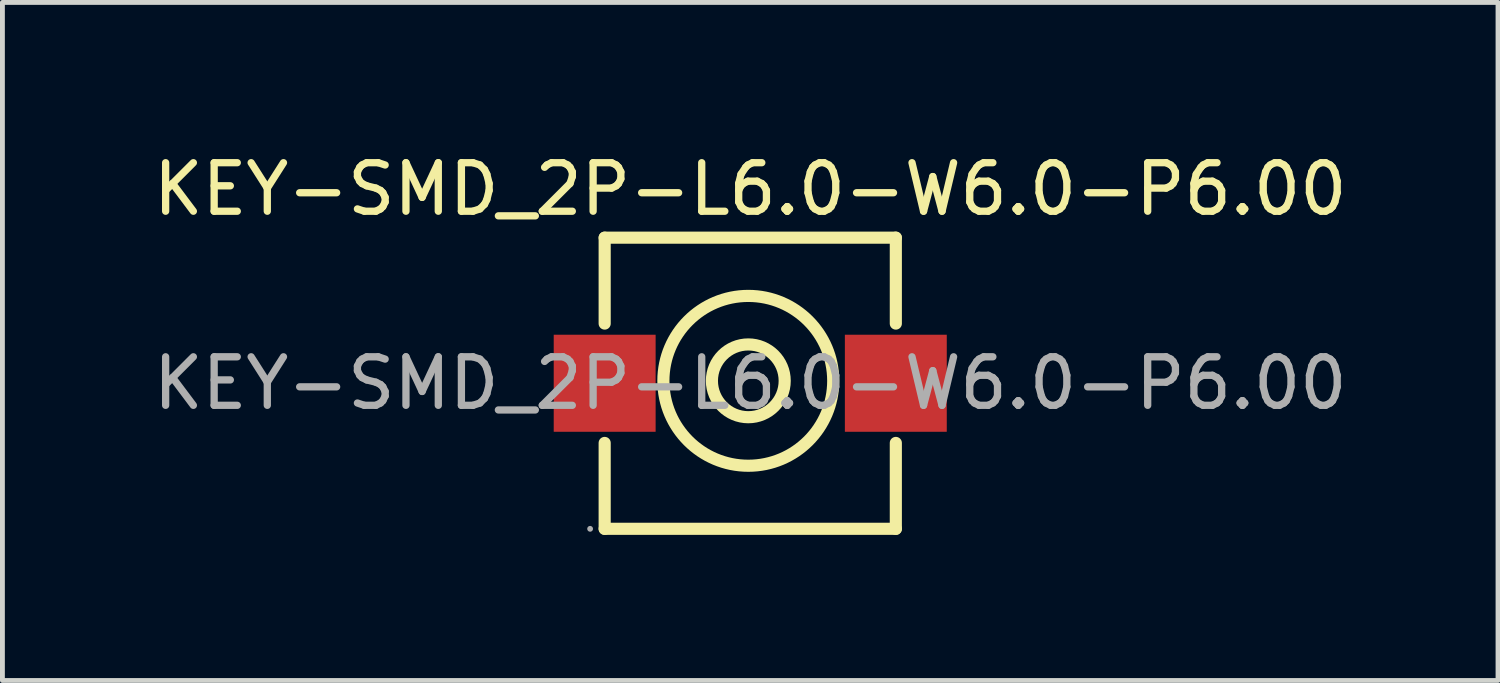
<source format=kicad_pcb>
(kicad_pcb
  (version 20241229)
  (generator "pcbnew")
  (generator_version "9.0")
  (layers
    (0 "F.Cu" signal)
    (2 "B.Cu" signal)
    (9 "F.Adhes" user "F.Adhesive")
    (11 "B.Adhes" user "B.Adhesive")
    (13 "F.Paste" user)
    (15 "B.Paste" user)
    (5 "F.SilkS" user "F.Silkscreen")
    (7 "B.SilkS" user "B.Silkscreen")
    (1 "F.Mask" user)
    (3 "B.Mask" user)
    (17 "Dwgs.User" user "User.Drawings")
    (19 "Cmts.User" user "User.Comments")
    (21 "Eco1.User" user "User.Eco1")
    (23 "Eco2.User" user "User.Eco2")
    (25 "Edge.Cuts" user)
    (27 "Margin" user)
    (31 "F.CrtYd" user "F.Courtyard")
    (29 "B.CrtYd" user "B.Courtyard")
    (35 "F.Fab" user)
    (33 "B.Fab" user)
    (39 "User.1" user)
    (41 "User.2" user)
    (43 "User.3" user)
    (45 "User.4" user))
  (footprint "KEY-SMD_2P-L6.0-W6.0-P6.00"
    (layer "F.Cu")
    (at 12.411 4.848)
    (property "Reference" "KEY-SMD_2P-L6.0-W6.0-P6.00" (at 0 -4 0) (layer "F.SilkS") (effects (font (size 1 1) (thickness 0.15))))
    (attr smd)
    (fp_line (start -3 -3) (end -3 -1.23) (stroke (width 0.25) (type solid)) (layer "F.SilkS"))
    (fp_line (start -3 1.23) (end -3 3) (stroke (width 0.25) (type solid)) (layer "F.SilkS"))
    (fp_line (start -3 3) (end 3 3) (stroke (width 0.25) (type solid)) (layer "F.SilkS"))
    (fp_line (start 3 -3) (end -3 -3) (stroke (width 0.25) (type solid)) (layer "F.SilkS"))
    (fp_line (start 3 -1.23) (end 3 -3) (stroke (width 0.25) (type solid)) (layer "F.SilkS"))
    (fp_line (start 3 3) (end 3 1.23) (stroke (width 0.25) (type solid)) (layer "F.SilkS"))
    (fp_circle (center -0.04 -0.05) (end 0.71 -0.05) (stroke (width 0.25) (type solid)) (fill no) (layer "F.SilkS"))
    (fp_circle (center -0.04 -0.05) (end 1.71 -0.05) (stroke (width 0.25) (type solid)) (fill no) (layer "F.SilkS"))
    (fp_circle (center -3.3 3) (end -3.27 3) (stroke (width 0.06) (type solid)) (fill no) (layer "F.Fab"))
    (fp_text user "${REFERENCE}" (at 0 0 0) (layer "F.Fab") (effects (font (size 1 1) (thickness 0.15))))
    (pad "1" smd rect (at -3 0) (size 2.1 2) (layers "F.Cu" "F.Mask" "F.Paste"))
    (pad "2" smd rect (at 3 0) (size 2.1 2) (layers "F.Cu" "F.Mask" "F.Paste")))
  (gr_rect
    (start -3 -3)
    (end 27.821 10.973)
    (stroke (width 0.1) (type default))
    (fill no)
    (layer "Edge.Cuts")))
</source>
